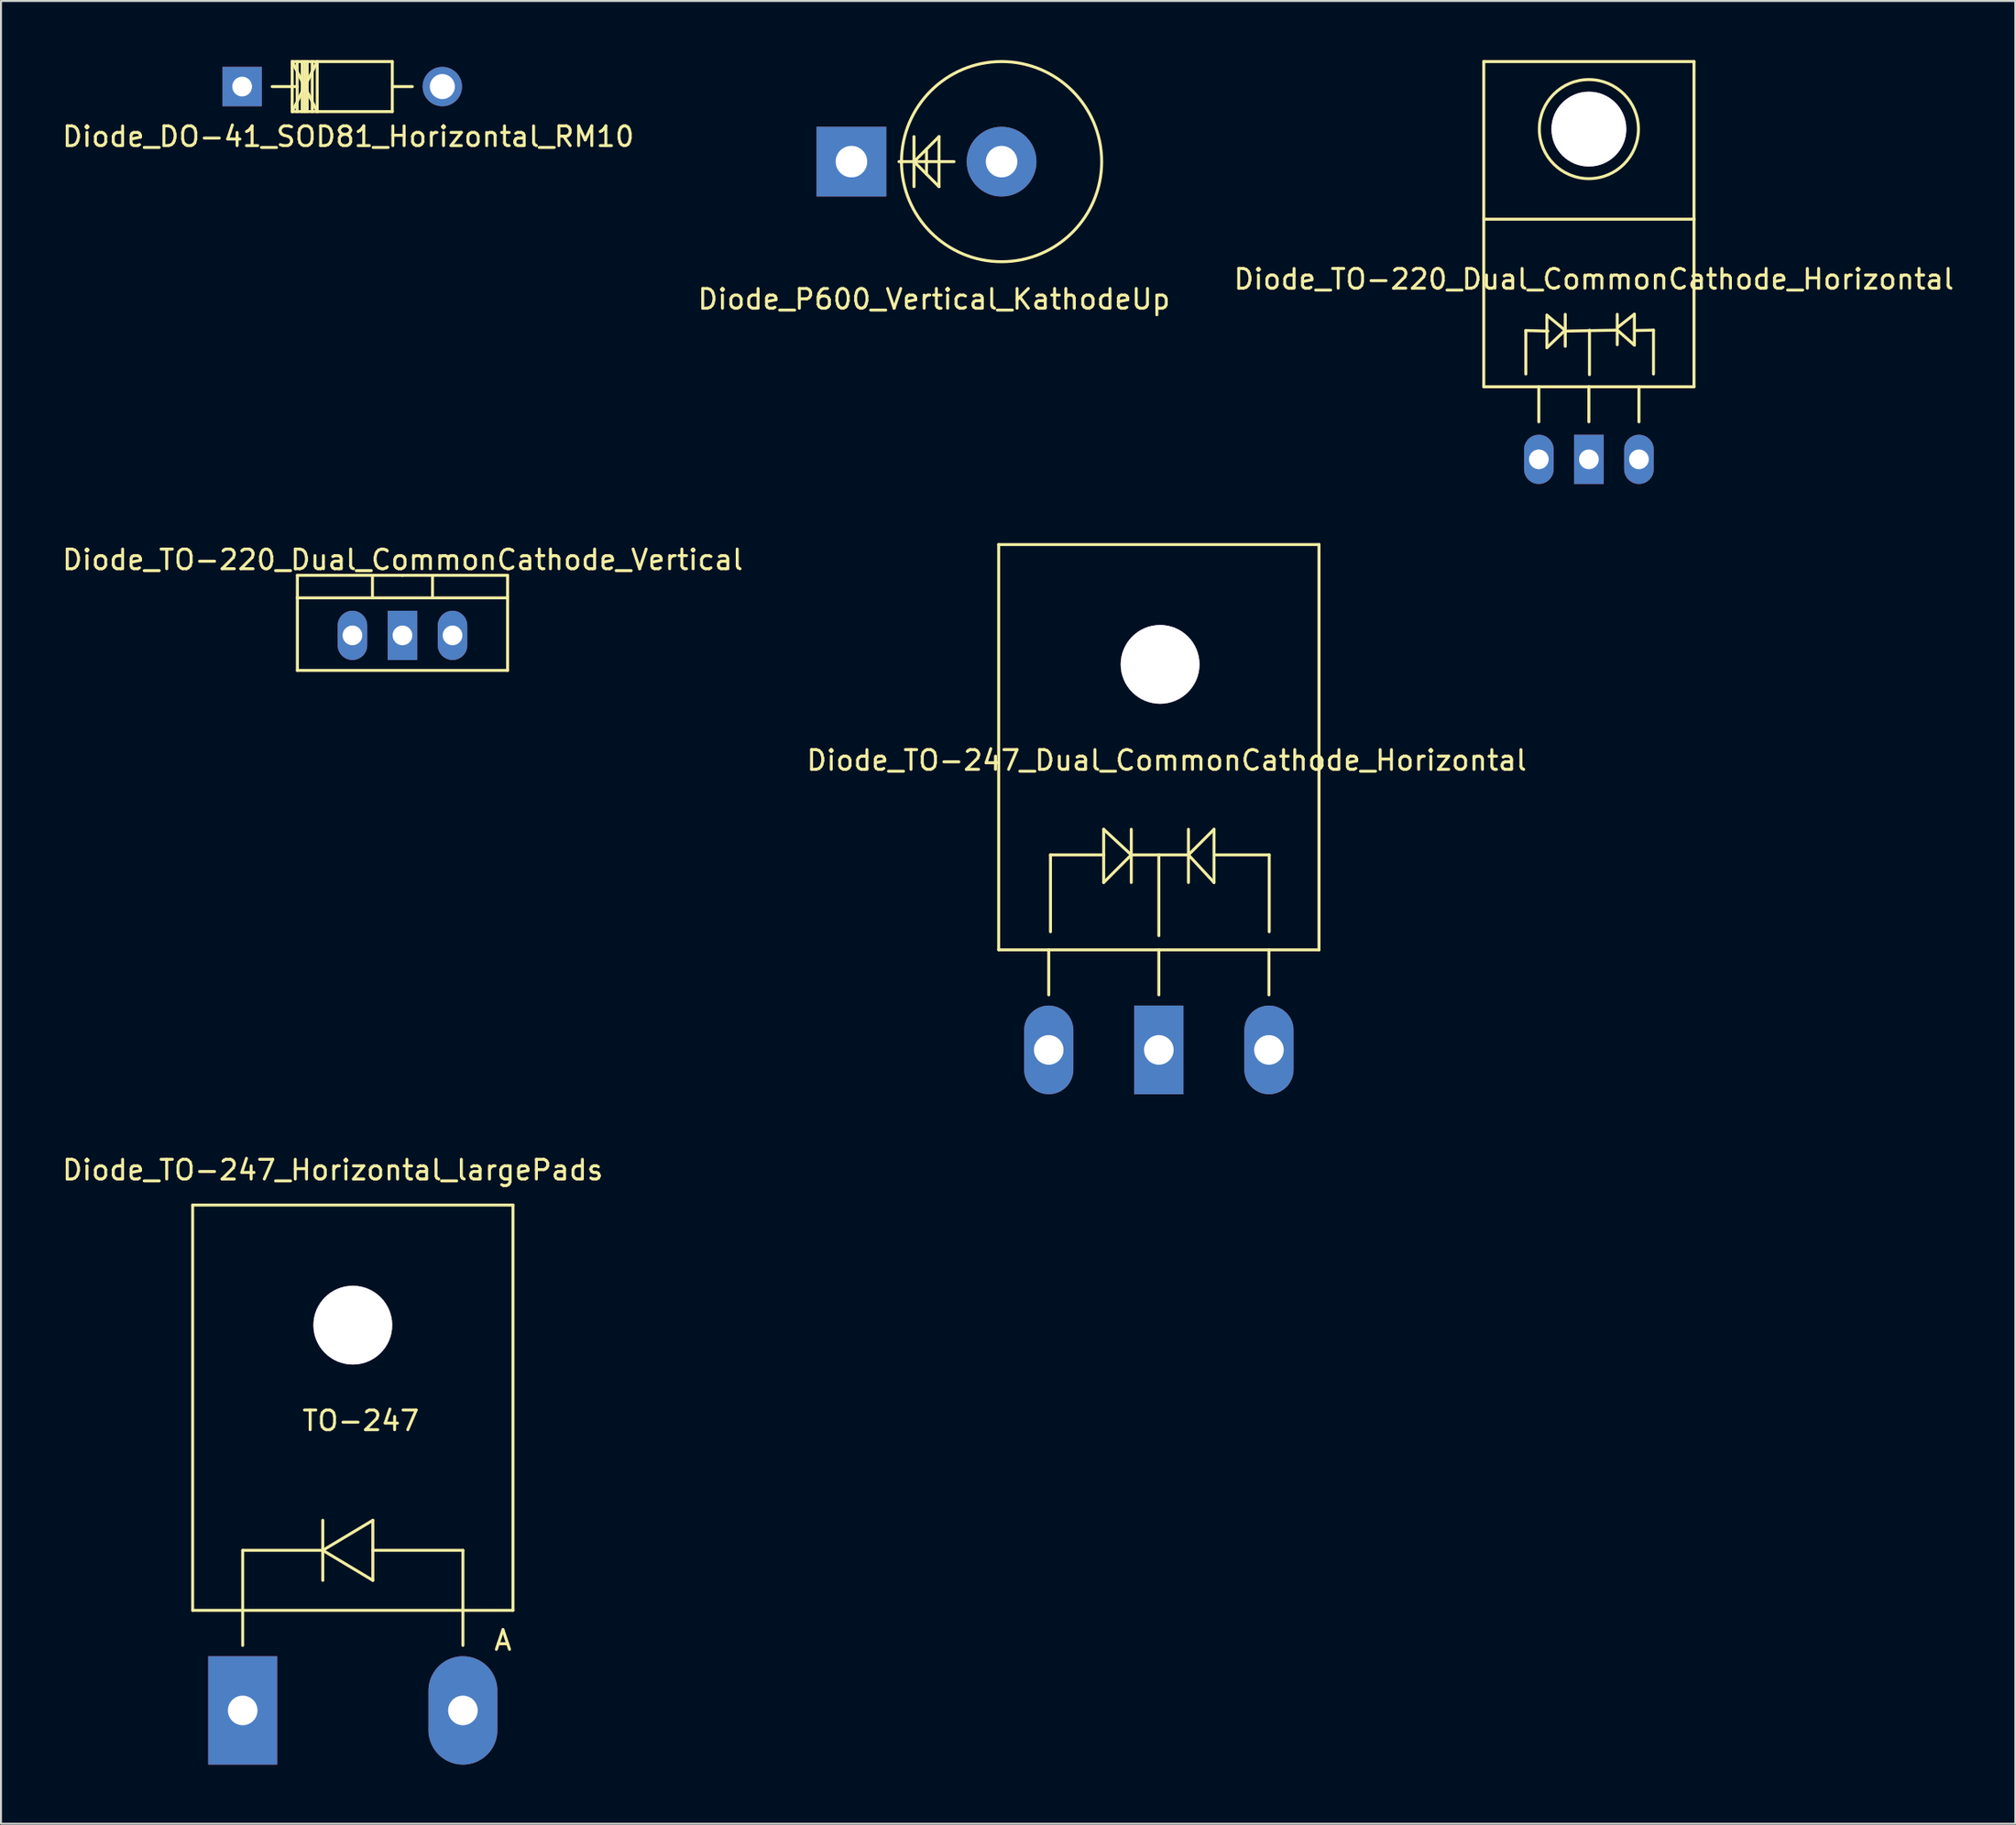
<source format=kicad_pcb>
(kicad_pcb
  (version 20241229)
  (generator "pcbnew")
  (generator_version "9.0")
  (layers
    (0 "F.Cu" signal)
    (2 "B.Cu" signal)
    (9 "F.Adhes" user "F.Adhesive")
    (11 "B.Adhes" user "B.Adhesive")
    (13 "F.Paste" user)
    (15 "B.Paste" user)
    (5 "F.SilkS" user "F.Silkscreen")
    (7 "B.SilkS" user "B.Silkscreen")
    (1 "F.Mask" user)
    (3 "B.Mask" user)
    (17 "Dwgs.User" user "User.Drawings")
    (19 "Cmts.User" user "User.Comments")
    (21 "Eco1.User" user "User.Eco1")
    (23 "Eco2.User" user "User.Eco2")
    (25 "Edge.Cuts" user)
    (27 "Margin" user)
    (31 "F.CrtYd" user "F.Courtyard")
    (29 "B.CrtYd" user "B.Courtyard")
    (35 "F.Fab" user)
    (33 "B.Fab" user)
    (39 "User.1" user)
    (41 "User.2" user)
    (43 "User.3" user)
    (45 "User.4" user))
  (footprint "Diode_TO-247_Horizontal_largePads"
    (layer "F.Cu")
    (at 9.27 83.777)
    (property "Reference" "Diode_TO-247_Horizontal_largePads" (at 4.569 -27.432 0) (layer "F.SilkS") (effects (font (size 1 1) (thickness 0.15))))
    (attr through_hole)
    (fp_line (start -2.543 -25.654) (end 13.713 -25.654) (stroke (width 0.15) (type solid)) (layer "F.SilkS"))
    (fp_line (start -2.543 -5.08) (end -2.543 -25.654) (stroke (width 0.15) (type solid)) (layer "F.SilkS"))
    (fp_line (start -0.003 -8.128) (end -0.003 -5.08) (stroke (width 0.15) (type solid)) (layer "F.SilkS"))
    (fp_line (start -0.003 -3.302) (end -0.003 -5.08) (stroke (width 0.15) (type solid)) (layer "F.SilkS"))
    (fp_line (start 4.061 -9.652) (end 4.061 -6.604) (stroke (width 0.15) (type solid)) (layer "F.SilkS"))
    (fp_line (start 4.061 -8.128) (end -0.003 -8.128) (stroke (width 0.15) (type solid)) (layer "F.SilkS"))
    (fp_line (start 4.061 -8.128) (end 6.601 -9.652) (stroke (width 0.15) (type solid)) (layer "F.SilkS"))
    (fp_line (start 6.601 -9.652) (end 6.601 -6.604) (stroke (width 0.15) (type solid)) (layer "F.SilkS"))
    (fp_line (start 6.601 -8.128) (end 11.173 -8.128) (stroke (width 0.15) (type solid)) (layer "F.SilkS"))
    (fp_line (start 6.601 -6.604) (end 4.061 -8.128) (stroke (width 0.15) (type solid)) (layer "F.SilkS"))
    (fp_line (start 11.173 -8.128) (end 11.173 -5.08) (stroke (width 0.15) (type solid)) (layer "F.SilkS"))
    (fp_line (start 11.173 -3.302) (end 11.173 -5.08) (stroke (width 0.15) (type solid)) (layer "F.SilkS"))
    (fp_line (start 13.713 -25.654) (end 13.713 -5.08) (stroke (width 0.15) (type solid)) (layer "F.SilkS"))
    (fp_line (start 13.713 -5.08) (end -2.543 -5.08) (stroke (width 0.15) (type solid)) (layer "F.SilkS"))
    (fp_circle (center 5.585 -19.558) (end 7.363 -19.558) (stroke (width 0.15) (type solid)) (fill no) (layer "F.SilkS"))
    (fp_text user "TO-247" (at 5.992 -14.707 0) (layer "F.SilkS") (effects (font (size 1 1) (thickness 0.15))))
    (fp_text user "A" (at 13.205 -3.556 0) (layer "F.SilkS") (effects (font (size 1 1) (thickness 0.15))))
    (pad "1" thru_hole rect (at -0.003 0 90) (size 5.502 3.5) (drill 1.501) (layers "*.Cu" "*.Mask"))
    (pad "2" thru_hole oval (at 11.173 0 90) (size 5.502 3.5) (drill 1.501) (layers "*.Cu" "*.Mask"))
    (pad "9" thru_hole circle (at 5.585 -19.558) (size 4 4) (drill 4) (layers "B.Cu")))
  (footprint "Diode_TO-220_Dual_CommonCathode_Vertical"
    (layer "F.Cu")
    (at 14.839 29.204)
    (property "Reference" "Diode_TO-220_Dual_CommonCathode_Vertical" (at 2.548 -3.838 0) (layer "F.SilkS") (effects (font (size 1 1) (thickness 0.15))))
    (attr through_hole)
    (fp_line (start -2.797 -1.905) (end -2.797 -3.048) (stroke (width 0.15) (type solid)) (layer "F.SilkS"))
    (fp_line (start -2.797 1.778) (end -2.797 -1.905) (stroke (width 0.15) (type solid)) (layer "F.SilkS"))
    (fp_line (start 1.013 -3.048) (end 1.013 -1.905) (stroke (width 0.15) (type solid)) (layer "F.SilkS"))
    (fp_line (start 2.537 -3.048) (end -2.797 -3.048) (stroke (width 0.15) (type solid)) (layer "F.SilkS"))
    (fp_line (start 2.537 -3.048) (end 7.871 -3.048) (stroke (width 0.15) (type solid)) (layer "F.SilkS"))
    (fp_line (start 4.061 -3.048) (end 4.061 -1.905) (stroke (width 0.15) (type solid)) (layer "F.SilkS"))
    (fp_line (start 7.871 -3.048) (end 7.871 -1.905) (stroke (width 0.15) (type solid)) (layer "F.SilkS"))
    (fp_line (start 7.871 -1.905) (end -2.797 -1.905) (stroke (width 0.15) (type solid)) (layer "F.SilkS"))
    (fp_line (start 7.871 -1.905) (end 7.871 1.778) (stroke (width 0.15) (type solid)) (layer "F.SilkS"))
    (fp_line (start 7.871 1.778) (end -2.797 1.778) (stroke (width 0.15) (type solid)) (layer "F.SilkS"))
    (pad "1" thru_hole oval (at -0.003 0 90) (size 2.499 1.501) (drill 1.001) (layers "*.Cu" "*.Mask"))
    (pad "2" thru_hole rect (at 2.537 0 90) (size 2.499 1.501) (drill 1.001) (layers "*.Cu" "*.Mask"))
    (pad "3" thru_hole oval (at 5.077 0 90) (size 2.499 1.501) (drill 1.001) (layers "*.Cu" "*.Mask")))
  (footprint "Diode_TO-220_Dual_CommonCathode_Horizontal"
    (layer "F.Cu")
    (at 75.045 20.271)
    (property "Reference" "Diode_TO-220_Dual_CommonCathode_Horizontal" (at 2.794 -9.147 0) (layer "F.SilkS") (effects (font (size 1 1) (thickness 0.15))))
    (attr through_hole)
    (fp_line (start -2.794 -20.196) (end -2.794 -12.195) (stroke (width 0.15) (type solid)) (layer "F.SilkS"))
    (fp_line (start -2.794 -12.195) (end -2.794 -3.686) (stroke (width 0.15) (type solid)) (layer "F.SilkS"))
    (fp_line (start -0.66 -6.543) (end -0.66 -4.333) (stroke (width 0.15) (type solid)) (layer "F.SilkS"))
    (fp_line (start 0 -3.686) (end 0 -1.908) (stroke (width 0.15) (type solid)) (layer "F.SilkS"))
    (fp_line (start 0.409 -7.323) (end 0.409 -5.672) (stroke (width 0.15) (type solid)) (layer "F.SilkS"))
    (fp_line (start 0.409 -5.672) (end 1.321 -6.543) (stroke (width 0.15) (type solid)) (layer "F.SilkS"))
    (fp_line (start 0.46 -6.513) (end -0.66 -6.543) (stroke (width 0.15) (type solid)) (layer "F.SilkS"))
    (fp_line (start 1.3 -6.513) (end 3.99 -6.563) (stroke (width 0.15) (type solid)) (layer "F.SilkS"))
    (fp_line (start 1.321 -6.563) (end 0.409 -7.323) (stroke (width 0.15) (type solid)) (layer "F.SilkS"))
    (fp_line (start 1.341 -7.363) (end 1.341 -5.743) (stroke (width 0.15) (type solid)) (layer "F.SilkS"))
    (fp_line (start 2.54 -3.686) (end -2.794 -3.686) (stroke (width 0.15) (type solid)) (layer "F.SilkS"))
    (fp_line (start 2.54 -3.686) (end 2.54 -1.908) (stroke (width 0.15) (type solid)) (layer "F.SilkS"))
    (fp_line (start 2.54 -3.686) (end 7.874 -3.686) (stroke (width 0.15) (type solid)) (layer "F.SilkS"))
    (fp_line (start 2.57 -6.563) (end 2.57 -4.303) (stroke (width 0.15) (type solid)) (layer "F.SilkS"))
    (fp_line (start 3.98 -7.363) (end 3.98 -5.822) (stroke (width 0.15) (type solid)) (layer "F.SilkS"))
    (fp_line (start 3.99 -6.693) (end 4.849 -7.374) (stroke (width 0.15) (type solid)) (layer "F.SilkS"))
    (fp_line (start 4.849 -7.374) (end 4.849 -5.801) (stroke (width 0.15) (type solid)) (layer "F.SilkS"))
    (fp_line (start 4.849 -5.801) (end 4.041 -6.513) (stroke (width 0.15) (type solid)) (layer "F.SilkS"))
    (fp_line (start 4.879 -6.543) (end 5.819 -6.563) (stroke (width 0.15) (type solid)) (layer "F.SilkS"))
    (fp_line (start 5.08 -3.686) (end 5.08 -1.908) (stroke (width 0.15) (type solid)) (layer "F.SilkS"))
    (fp_line (start 5.819 -6.563) (end 5.819 -4.333) (stroke (width 0.15) (type solid)) (layer "F.SilkS"))
    (fp_line (start 7.874 -20.196) (end -2.794 -20.196) (stroke (width 0.15) (type solid)) (layer "F.SilkS"))
    (fp_line (start 7.874 -12.195) (end -2.794 -12.195) (stroke (width 0.15) (type solid)) (layer "F.SilkS"))
    (fp_line (start 7.874 -12.195) (end 7.874 -20.196) (stroke (width 0.15) (type solid)) (layer "F.SilkS"))
    (fp_line (start 7.874 -3.686) (end 7.874 -12.195) (stroke (width 0.15) (type solid)) (layer "F.SilkS"))
    (fp_circle (center 2.54 -16.767) (end 4.318 -14.989) (stroke (width 0.15) (type solid)) (fill no) (layer "F.SilkS"))
    (pad "1" thru_hole oval (at 0 -0.003 90) (size 2.499 1.501) (drill 1.001) (layers "*.Cu" "*.Mask"))
    (pad "2" thru_hole rect (at 2.54 -0.003 90) (size 2.499 1.501) (drill 1.001) (layers "*.Cu" "*.Mask"))
    (pad "3" thru_hole oval (at 5.08 -0.003 90) (size 2.499 1.501) (drill 1.001) (layers "*.Cu" "*.Mask"))
    (pad "9" thru_hole circle (at 2.54 -16.767 90) (size 3.8 3.8) (drill 3.8) (layers "*.Cu" "*.Mask")))
  (footprint "Diode_P600_Vertical_KathodeUp"
    (layer "F.Cu")
    (at 40.16 5.155)
    (property "Reference" "Diode_P600_Vertical_KathodeUp" (at 4.191 6.985 0) (layer "F.SilkS") (effects (font (size 1 1) (thickness 0.15))))
    (attr through_hole)
    (fp_line (start 3.175 -1.27) (end 3.175 1.27) (stroke (width 0.15) (type solid)) (layer "F.SilkS"))
    (fp_line (start 3.175 0) (end 2.413 0) (stroke (width 0.15) (type solid)) (layer "F.SilkS"))
    (fp_line (start 3.175 0) (end 4.445 -1.27) (stroke (width 0.15) (type solid)) (layer "F.SilkS"))
    (fp_line (start 3.175 0) (end 4.445 0) (stroke (width 0.15) (type solid)) (layer "F.SilkS"))
    (fp_line (start 3.81 -0.635) (end 3.81 0.635) (stroke (width 0.15) (type solid)) (layer "F.SilkS"))
    (fp_line (start 4.445 -1.27) (end 4.445 1.27) (stroke (width 0.15) (type solid)) (layer "F.SilkS"))
    (fp_line (start 4.445 0) (end 5.207 0) (stroke (width 0.15) (type solid)) (layer "F.SilkS"))
    (fp_line (start 4.445 1.27) (end 3.175 0) (stroke (width 0.15) (type solid)) (layer "F.SilkS"))
    (fp_circle (center 7.62 0) (end 2.54 0) (stroke (width 0.15) (type solid)) (fill no) (layer "F.SilkS"))
    (pad "1" thru_hole rect (at 0 0 180) (size 3.541 3.541) (drill 1.6) (layers "*.Cu" "*.Mask"))
    (pad "2" thru_hole circle (at 7.62 0 180) (size 3.541 3.541) (drill 1.6) (layers "*.Cu" "*.Mask")))
  (footprint "Diode_TO-247_Dual_CommonCathode_Horizontal"
    (layer "F.Cu")
    (at 50.176 50.247)
    (property "Reference" "Diode_TO-247_Dual_CommonCathode_Horizontal" (at 5.984 -14.699 0) (layer "F.SilkS") (effects (font (size 1 1) (thickness 0.15))))
    (attr through_hole)
    (fp_line (start -2.543 -25.654) (end 13.713 -25.654) (stroke (width 0.15) (type solid)) (layer "F.SilkS"))
    (fp_line (start -2.543 -5.08) (end -2.543 -25.654) (stroke (width 0.15) (type solid)) (layer "F.SilkS"))
    (fp_line (start -0.003 -2.794) (end -0.003 -5.08) (stroke (width 0.15) (type solid)) (layer "F.SilkS"))
    (fp_line (start 0.086 -9.901) (end 0.086 -5.999) (stroke (width 0.15) (type solid)) (layer "F.SilkS"))
    (fp_line (start 2.786 -11.199) (end 2.786 -8.499) (stroke (width 0.15) (type solid)) (layer "F.SilkS"))
    (fp_line (start 2.786 -9.901) (end 0.086 -9.901) (stroke (width 0.15) (type solid)) (layer "F.SilkS"))
    (fp_line (start 2.786 -8.499) (end 4.186 -9.901) (stroke (width 0.15) (type solid)) (layer "F.SilkS"))
    (fp_line (start 4.186 -11.199) (end 4.186 -8.499) (stroke (width 0.15) (type solid)) (layer "F.SilkS"))
    (fp_line (start 4.186 -9.901) (end 2.786 -11.199) (stroke (width 0.15) (type solid)) (layer "F.SilkS"))
    (fp_line (start 5.585 -9.901) (end 5.585 -5.799) (stroke (width 0.15) (type solid)) (layer "F.SilkS"))
    (fp_line (start 5.585 -2.794) (end 5.585 -5.08) (stroke (width 0.15) (type solid)) (layer "F.SilkS"))
    (fp_line (start 7.087 -11.199) (end 7.087 -8.499) (stroke (width 0.15) (type solid)) (layer "F.SilkS"))
    (fp_line (start 7.087 -9.901) (end 4.186 -9.901) (stroke (width 0.15) (type solid)) (layer "F.SilkS"))
    (fp_line (start 7.087 -9.901) (end 8.385 -11.199) (stroke (width 0.15) (type solid)) (layer "F.SilkS"))
    (fp_line (start 8.385 -11.199) (end 8.385 -8.499) (stroke (width 0.15) (type solid)) (layer "F.SilkS"))
    (fp_line (start 8.385 -8.499) (end 7.087 -9.901) (stroke (width 0.15) (type solid)) (layer "F.SilkS"))
    (fp_line (start 8.486 -9.901) (end 11.186 -9.901) (stroke (width 0.15) (type solid)) (layer "F.SilkS"))
    (fp_line (start 11.173 -2.794) (end 11.173 -5.08) (stroke (width 0.15) (type solid)) (layer "F.SilkS"))
    (fp_line (start 11.186 -9.901) (end 11.186 -5.999) (stroke (width 0.15) (type solid)) (layer "F.SilkS"))
    (fp_line (start 13.713 -25.654) (end 13.713 -5.08) (stroke (width 0.15) (type solid)) (layer "F.SilkS"))
    (fp_line (start 13.713 -5.08) (end -2.543 -5.08) (stroke (width 0.15) (type solid)) (layer "F.SilkS"))
    (fp_circle (center 5.585 -19.558) (end 7.363 -19.558) (stroke (width 0.15) (type solid)) (fill no) (layer "F.SilkS"))
    (pad "1" thru_hole oval (at -0.003 0 90) (size 4.501 2.499) (drill 1.501) (layers "*.Cu" "*.Mask"))
    (pad "2" thru_hole rect (at 5.585 0 90) (size 4.501 2.499) (drill 1.501) (layers "*.Cu" "*.Mask"))
    (pad "3" thru_hole oval (at 11.173 0 90) (size 4.501 2.499) (drill 1.501) (layers "*.Cu" "*.Mask"))
    (pad "9" thru_hole circle (at 5.649 -19.571) (size 4 4) (drill 4) (layers "B.Cu")))
  (footprint "Diode_DO-41_SOD81_Horizontal_RM10"
    (layer "F.Cu")
    (at 9.238 1.348)
    (property "Reference" "Diode_DO-41_SOD81_Horizontal_RM10" (at 5.387 2.537 0) (layer "F.SilkS") (effects (font (size 1 1) (thickness 0.15))))
    (attr through_hole)
    (fp_line (start 2.54 -1.273) (end 3.81 1.267) (stroke (width 0.15) (type solid)) (layer "F.SilkS"))
    (fp_line (start 2.54 -1.273) (end 7.62 -1.273) (stroke (width 0.15) (type solid)) (layer "F.SilkS"))
    (fp_line (start 2.54 1.267) (end 2.54 -1.273) (stroke (width 0.15) (type solid)) (layer "F.SilkS"))
    (fp_line (start 2.794 -1.273) (end 2.794 1.267) (stroke (width 0.15) (type solid)) (layer "F.SilkS"))
    (fp_line (start 2.794 -0.003) (end 1.524 -0.003) (stroke (width 0.15) (type solid)) (layer "F.SilkS"))
    (fp_line (start 3.048 -1.273) (end 3.048 1.267) (stroke (width 0.15) (type solid)) (layer "F.SilkS"))
    (fp_line (start 3.175 -1.273) (end 3.175 1.267) (stroke (width 0.15) (type solid)) (layer "F.SilkS"))
    (fp_line (start 3.302 -1.273) (end 3.302 1.267) (stroke (width 0.15) (type solid)) (layer "F.SilkS"))
    (fp_line (start 3.556 -1.273) (end 3.556 1.267) (stroke (width 0.15) (type solid)) (layer "F.SilkS"))
    (fp_line (start 3.81 -1.273) (end 2.54 1.267) (stroke (width 0.15) (type solid)) (layer "F.SilkS"))
    (fp_line (start 3.81 -1.273) (end 3.81 1.267) (stroke (width 0.15) (type solid)) (layer "F.SilkS"))
    (fp_line (start 7.62 -1.273) (end 7.62 1.267) (stroke (width 0.15) (type solid)) (layer "F.SilkS"))
    (fp_line (start 7.62 -0.003) (end 8.636 -0.003) (stroke (width 0.15) (type solid)) (layer "F.SilkS"))
    (fp_line (start 7.62 1.267) (end 2.54 1.267) (stroke (width 0.15) (type solid)) (layer "F.SilkS"))
    (pad "1" thru_hole rect (at 0 -0.003 180) (size 1.999 1.999) (drill 1.001) (layers "*.Cu" "*.Mask"))
    (pad "2" thru_hole circle (at 10.16 -0.003 180) (size 1.999 1.999) (drill 1.27) (layers "*.Cu" "*.Mask")))
  (gr_rect
    (start -3 -3)
    (end 99.226 89.528)
    (stroke (width 0.1) (type default))
    (fill no)
    (layer "Edge.Cuts")))
</source>
